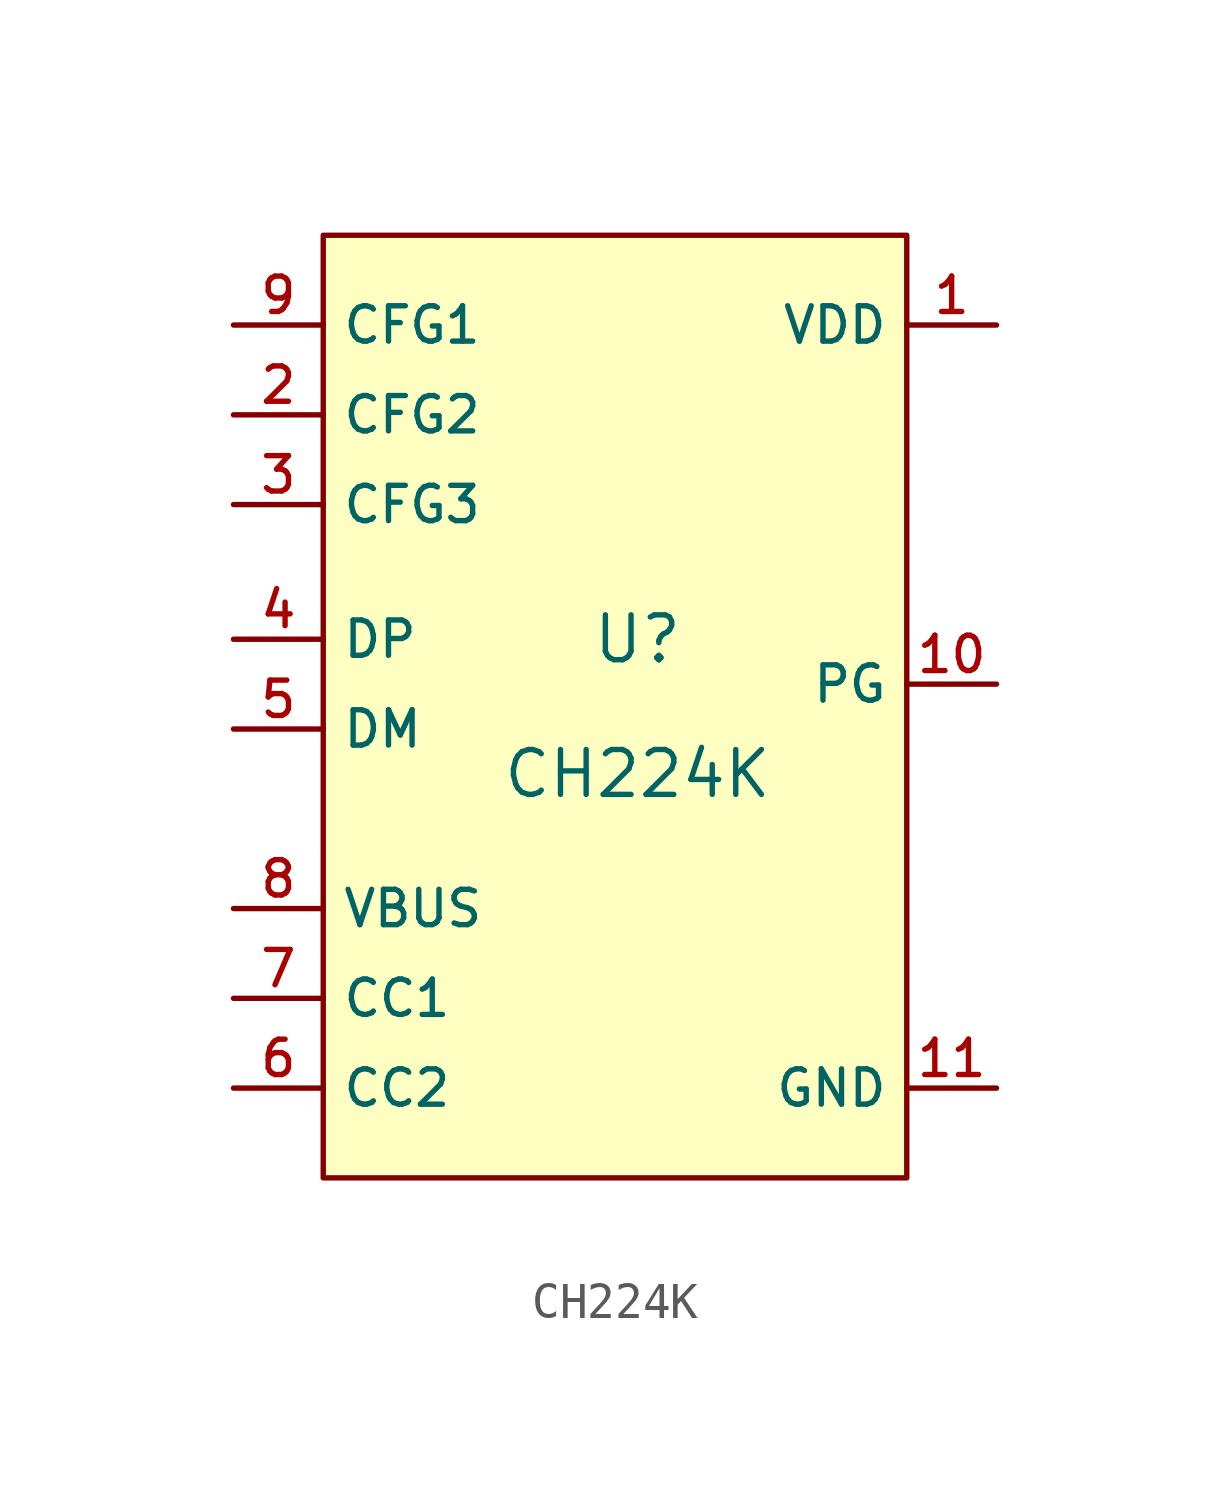
<source format=kicad_sym>
(kicad_symbol_lib
  (version 20210201)
  (generator TousstNicolas/JLC2KiCad_lib)
  (symbol "CH224K"
    (property "Reference" "U"
      (at 0 1.27 0)
      (effects (font (size 1.27 1.27))))
    (property "Value" "CH224K"
      (at 0 -2.54 0)
      (effects (font (size 1.27 1.27))))
    (symbol "CH224K_0_1"
      (rectangle (start -8.89 12.7) (end 7.62 -13.97) (stroke (width 0) (type default) (color 0 0 0 0)) (fill (type background)))
      (pin unspecified line (at 10.16 10.16 180) (length 2.54) (name "VDD" (effects (font (size 1 1)))) (number "1" (effects (font (size 1 1)))))
      (pin unspecified line (at -11.43 7.62 0) (length 2.54) (name "CFG2" (effects (font (size 1 1)))) (number "2" (effects (font (size 1 1)))))
      (pin unspecified line (at -11.43 5.08 0) (length 2.54) (name "CFG3" (effects (font (size 1 1)))) (number "3" (effects (font (size 1 1)))))
      (pin unspecified line (at -11.43 1.27 0) (length 2.54) (name "DP" (effects (font (size 1 1)))) (number "4" (effects (font (size 1 1)))))
      (pin unspecified line (at -11.43 -1.27 0) (length 2.54) (name "DM" (effects (font (size 1 1)))) (number "5" (effects (font (size 1 1)))))
      (pin unspecified line (at -11.43 -11.43 0) (length 2.54) (name "CC2" (effects (font (size 1 1)))) (number "6" (effects (font (size 1 1)))))
      (pin unspecified line (at -11.43 -8.89 0) (length 2.54) (name "CC1" (effects (font (size 1 1)))) (number "7" (effects (font (size 1 1)))))
      (pin unspecified line (at -11.43 -6.35 0) (length 2.54) (name "VBUS" (effects (font (size 1 1)))) (number "8" (effects (font (size 1 1)))))
      (pin unspecified line (at -11.43 10.16 0) (length 2.54) (name "CFG1" (effects (font (size 1 1)))) (number "9" (effects (font (size 1 1)))))
      (pin unspecified line (at 10.16 -0.0 180) (length 2.54) (name "PG" (effects (font (size 1 1)))) (number "10" (effects (font (size 1 1)))))
      (pin unspecified line (at 10.16 -11.43 180) (length 2.54) (name "GND" (effects (font (size 1 1)))) (number "11" (effects (font (size 1 1))))))))
</source>
